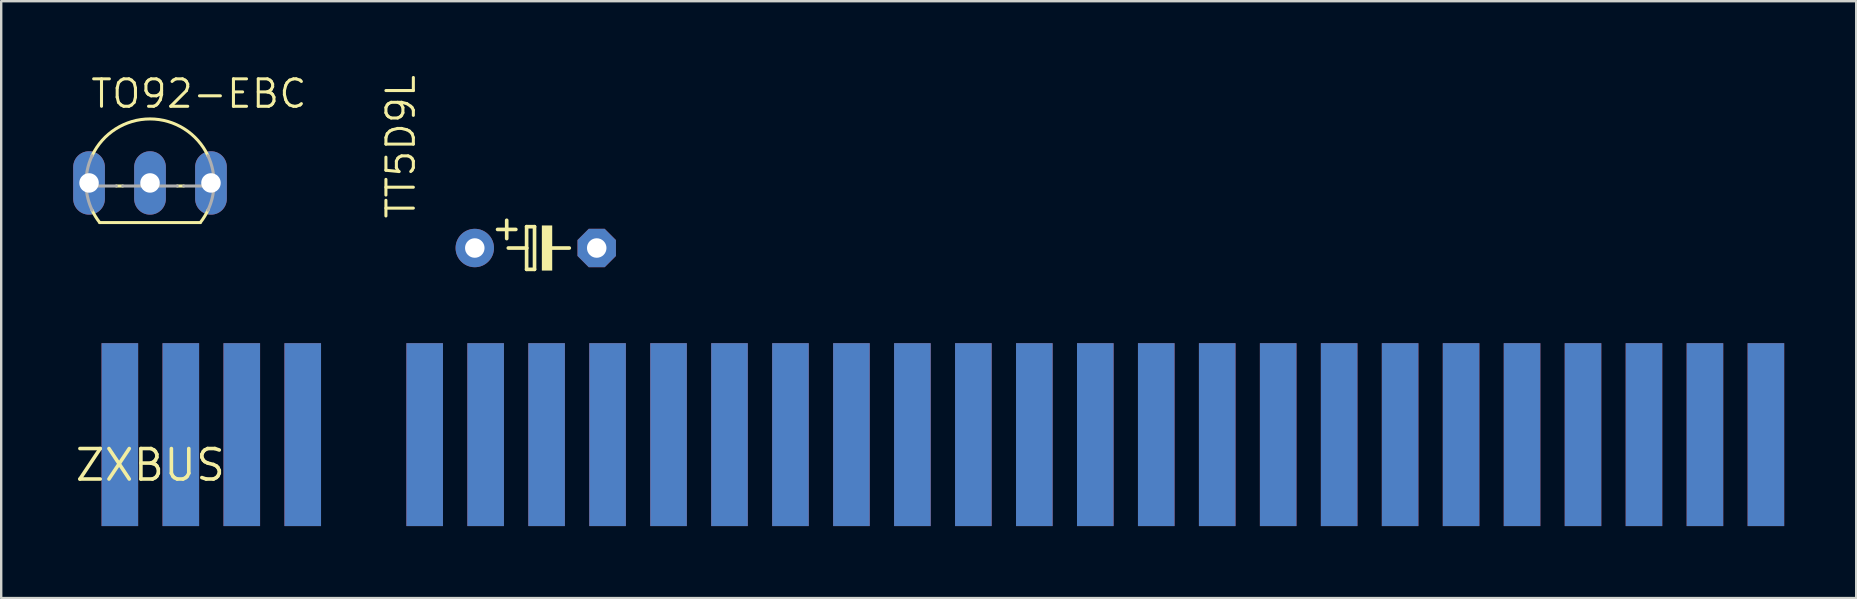
<source format=kicad_pcb>
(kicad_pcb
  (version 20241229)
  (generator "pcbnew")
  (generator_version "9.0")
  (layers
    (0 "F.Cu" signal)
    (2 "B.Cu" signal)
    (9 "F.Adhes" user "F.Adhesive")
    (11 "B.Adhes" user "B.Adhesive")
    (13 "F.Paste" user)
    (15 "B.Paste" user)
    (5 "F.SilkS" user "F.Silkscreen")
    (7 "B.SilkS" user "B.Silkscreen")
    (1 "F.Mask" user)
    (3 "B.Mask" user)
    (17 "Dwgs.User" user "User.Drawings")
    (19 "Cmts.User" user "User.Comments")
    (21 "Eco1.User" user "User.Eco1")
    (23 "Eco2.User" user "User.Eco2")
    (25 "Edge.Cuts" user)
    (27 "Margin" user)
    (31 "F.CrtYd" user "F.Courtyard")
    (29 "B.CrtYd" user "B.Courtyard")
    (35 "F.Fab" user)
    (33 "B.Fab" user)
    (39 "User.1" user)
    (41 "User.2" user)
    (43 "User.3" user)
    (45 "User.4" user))
  (footprint "ZXBUS"
    (layer "F.Cu")
    (at 3.213 16.328)
    (property "Reference" "ZXBUS" (at 0 0 0) (layer "F.SilkS") (effects (font (size 1.27 1.27) (thickness 0.15))))
    (pad "+5V" smd rect (at 3.81 -1.27 90) (size 7.62 1.524) (layers "B.Cu" "B.Mask" "B.Paste"))
    (pad "+9V" smd rect (at 6.35 -1.27 90) (size 7.62 1.524) (layers "B.Cu" "B.Mask" "B.Paste"))
    (pad "+12V" smd rect (at 52.07 -1.27 90) (size 7.62 1.524) (layers "F.Cu" "F.Mask" "F.Paste"))
    (pad "-5V" smd rect (at 46.99 -1.27 90) (size 7.62 1.524) (layers "F.Cu" "F.Mask" "F.Paste"))
    (pad "-12V" smd rect (at 54.61 -1.27 90) (size 7.62 1.524) (layers "F.Cu" "F.Mask" "F.Paste"))
    (pad "A0" smd rect (at 19.05 -1.27 90) (size 7.62 1.524) (layers "B.Cu" "B.Mask" "B.Paste"))
    (pad "A1" smd rect (at 21.59 -1.27 90) (size 7.62 1.524) (layers "B.Cu" "B.Mask" "B.Paste"))
    (pad "A2" smd rect (at 24.13 -1.27 90) (size 7.62 1.524) (layers "B.Cu" "B.Mask" "B.Paste"))
    (pad "A3" smd rect (at 26.67 -1.27 90) (size 7.62 1.524) (layers "B.Cu" "B.Mask" "B.Paste"))
    (pad "A4" smd rect (at 57.15 -1.27 90) (size 7.62 1.524) (layers "B.Cu" "B.Mask" "B.Paste"))
    (pad "A5" smd rect (at 54.61 -1.27 90) (size 7.62 1.524) (layers "B.Cu" "B.Mask" "B.Paste"))
    (pad "A6" smd rect (at 52.07 -1.27 90) (size 7.62 1.524) (layers "B.Cu" "B.Mask" "B.Paste"))
    (pad "A7" smd rect (at 49.53 -1.27 90) (size 7.62 1.524) (layers "B.Cu" "B.Mask" "B.Paste"))
    (pad "A8" smd rect (at 62.23 -1.27 90) (size 7.62 1.524) (layers "F.Cu" "F.Mask" "F.Paste"))
    (pad "A9" smd rect (at 64.77 -1.27 90) (size 7.62 1.524) (layers "B.Cu" "B.Mask" "B.Paste"))
    (pad "A10" smd rect (at 64.77 -1.27 90) (size 7.62 1.524) (layers "F.Cu" "F.Mask" "F.Paste"))
    (pad "A11" smd rect (at 67.31 -1.27 90) (size 7.62 1.524) (layers "B.Cu" "B.Mask" "B.Paste"))
    (pad "A12" smd rect (at 1.27 -1.27 90) (size 7.62 1.524) (layers "B.Cu" "B.Mask" "B.Paste"))
    (pad "A13" smd rect (at 1.27 -1.27 90) (size 7.62 1.524) (layers "F.Cu" "F.Mask" "F.Paste"))
    (pad "A14" smd rect (at -1.27 -1.27 90) (size 7.62 1.524) (layers "B.Cu" "B.Mask" "B.Paste"))
    (pad "A15" smd rect (at -1.27 -1.27 90) (size 7.62 1.524) (layers "F.Cu" "F.Mask" "F.Paste"))
    (pad "BUSACK" smd rect (at 62.23 -1.27 90) (size 7.62 1.524) (layers "B.Cu" "B.Mask" "B.Paste"))
    (pad "BUSRQ" smd rect (at 44.45 -1.27 90) (size 7.62 1.524) (layers "B.Cu" "B.Mask" "B.Paste"))
    (pad "CLK" smd rect (at 16.51 -1.27 90) (size 7.62 1.524) (layers "B.Cu" "B.Mask" "B.Paste"))
    (pad "D0" smd rect (at 11.43 -1.27 90) (size 7.62 1.524) (layers "F.Cu" "F.Mask" "F.Paste"))
    (pad "D1" smd rect (at 13.97 -1.27 90) (size 7.62 1.524) (layers "F.Cu" "F.Mask" "F.Paste"))
    (pad "D2" smd rect (at 16.51 -1.27 90) (size 7.62 1.524) (layers "F.Cu" "F.Mask" "F.Paste"))
    (pad "D3" smd rect (at 24.13 -1.27 90) (size 7.62 1.524) (layers "F.Cu" "F.Mask" "F.Paste"))
    (pad "D4" smd rect (at 26.67 -1.27 90) (size 7.62 1.524) (layers "F.Cu" "F.Mask" "F.Paste"))
    (pad "D5" smd rect (at 21.59 -1.27 90) (size 7.62 1.524) (layers "F.Cu" "F.Mask" "F.Paste"))
    (pad "D6" smd rect (at 19.05 -1.27 90) (size 7.62 1.524) (layers "F.Cu" "F.Mask" "F.Paste"))
    (pad "D7" smd rect (at 3.81 -1.27 90) (size 7.62 1.524) (layers "F.Cu" "F.Mask" "F.Paste"))
    (pad "GND" smd rect (at 31.75 -1.27 90) (size 7.62 1.524) (layers "B.Cu" "B.Mask" "B.Paste"))
    (pad "GND1" smd rect (at 11.43 -1.27 90) (size 7.62 1.524) (layers "B.Cu" "B.Mask" "B.Paste"))
    (pad "GND2" smd rect (at 13.97 -1.27 90) (size 7.62 1.524) (layers "B.Cu" "B.Mask" "B.Paste"))
    (pad "HALT" smd rect (at 34.29 -1.27 90) (size 7.62 1.524) (layers "F.Cu" "F.Mask" "F.Paste"))
    (pad "INT" smd rect (at 29.21 -1.27 90) (size 7.62 1.524) (layers "F.Cu" "F.Mask" "F.Paste"))
    (pad "IORQ" smd rect (at 39.37 -1.27 90) (size 7.62 1.524) (layers "F.Cu" "F.Mask" "F.Paste"))
    (pad "IORQGE" smd rect (at 29.21 -1.27 90) (size 7.62 1.524) (layers "B.Cu" "B.Mask" "B.Paste"))
    (pad "M1" smd rect (at 57.15 -1.27 90) (size 7.62 1.524) (layers "F.Cu" "F.Mask" "F.Paste"))
    (pad "MREQ" smd rect (at 36.83 -1.27 90) (size 7.62 1.524) (layers "F.Cu" "F.Mask" "F.Paste"))
    (pad "NMI" smd rect (at 31.75 -1.27 90) (size 7.62 1.524) (layers "F.Cu" "F.Mask" "F.Paste"))
    (pad "RD" smd rect (at 41.91 -1.27 90) (size 7.62 1.524) (layers "F.Cu" "F.Mask" "F.Paste"))
    (pad "RESET" smd rect (at 46.99 -1.27 90) (size 7.62 1.524) (layers "B.Cu" "B.Mask" "B.Paste"))
    (pad "RESET2" smd rect (at 67.31 -1.27 90) (size 7.62 1.524) (layers "F.Cu" "F.Mask" "F.Paste"))
    (pad "RFSH" smd rect (at 59.69 -1.27 90) (size 7.62 1.524) (layers "F.Cu" "F.Mask" "F.Paste"))
    (pad "ROM1OE" smd rect (at 6.35 -1.27 90) (size 7.62 1.524) (layers "F.Cu" "F.Mask" "F.Paste"))
    (pad "ROMCS" smd rect (at 59.69 -1.27 90) (size 7.62 1.524) (layers "B.Cu" "B.Mask" "B.Paste"))
    (pad "ROMOE2" smd rect (at 34.29 -1.27 90) (size 7.62 1.524) (layers "B.Cu" "B.Mask" "B.Paste"))
    (pad "U" smd rect (at 39.37 -1.27 90) (size 7.62 1.524) (layers "B.Cu" "B.Mask" "B.Paste"))
    (pad "V" smd rect (at 41.91 -1.27 90) (size 7.62 1.524) (layers "B.Cu" "B.Mask" "B.Paste"))
    (pad "WAIT" smd rect (at 49.53 -1.27 90) (size 7.62 1.524) (layers "F.Cu" "F.Mask" "F.Paste"))
    (pad "WR" smd rect (at 44.45 -1.27 90) (size 7.62 1.524) (layers "F.Cu" "F.Mask" "F.Paste"))
    (pad "Y" smd rect (at 36.83 -1.27 90) (size 7.62 1.524) (layers "B.Cu" "B.Mask" "B.Paste")))
  (footprint "TT5D9L"
    (layer "F.Cu")
    (at 19.271 7.283)
    (property "Reference" "TT5D9L" (at -4.953 -1.143 90) (layer "F.SilkS") (effects (font (size 1.143 1.143) (thickness 0.127)) (justify left bottom)))
    (fp_line (start -1.591 -0.774) (end -0.829 -0.774) (stroke (width 0.152) (type solid)) (layer "F.SilkS"))
    (fp_line (start -1.21 -1.155) (end -1.21 -0.393) (stroke (width 0.152) (type solid)) (layer "F.SilkS"))
    (fp_line (start -1.143 0) (end -0.381 0) (stroke (width 0.152) (type solid)) (layer "F.SilkS"))
    (fp_line (start -0.381 -0.889) (end -0.381 0) (stroke (width 0.152) (type solid)) (layer "F.SilkS"))
    (fp_line (start -0.381 0) (end -0.381 0.889) (stroke (width 0.152) (type solid)) (layer "F.SilkS"))
    (fp_line (start -0.381 0.889) (end -0.051 0.889) (stroke (width 0.152) (type solid)) (layer "F.SilkS"))
    (fp_line (start -0.051 -0.889) (end -0.381 -0.889) (stroke (width 0.152) (type solid)) (layer "F.SilkS"))
    (fp_line (start -0.051 0.889) (end -0.051 -0.889) (stroke (width 0.152) (type solid)) (layer "F.SilkS"))
    (fp_line (start 0.635 0) (end 1.397 0) (stroke (width 0.152) (type solid)) (layer "F.SilkS"))
    (fp_poly (pts (xy 0.254 0.94) (xy 0.686 0.94) (xy 0.686 -0.94) (xy 0.254 -0.94)) (stroke (width 0) (type default)) (fill yes) (layer "F.SilkS"))
    (pad "+" thru_hole circle (at -2.54 0) (size 1.6 1.6) (drill 0.813) (layers "*.Cu" "*.Mask"))
    (pad "-" thru_hole roundrect (at 2.54 0) (size 1.6 1.6) (drill 0.813) (layers "*.Cu" "*.Mask") (roundrect_rratio 0.25) (chamfer_ratio 0.293) (chamfer top_left top_right bottom_left bottom_right)))
  (footprint "TO92-EBC"
    (layer "F.Cu")
    (at 3.2 3.302)
    (property "Reference" "TO92-EBC" (at -2.54 -1.778 0) (layer "F.SilkS") (effects (font (size 1.143 1.143) (thickness 0.127)) (justify left bottom)))
    (fp_line (start -2.095 2.921) (end 2.095 2.921) (stroke (width 0.127) (type solid)) (layer "F.SilkS"))
    (fp_line (start -1.136 1.397) (end -1.404 1.397) (stroke (width 0.127) (type solid)) (layer "F.SilkS"))
    (fp_line (start 1.404 1.397) (end 1.136 1.397) (stroke (width 0.127) (type solid)) (layer "F.SilkS"))
    (fp_arc (start -2.413 0.1341) (mid -0.000001 -1.396986) (end 2.412999 0.134099) (stroke (width 0.127) (type solid)) (layer "F.SilkS"))
    (fp_arc (start -2.095 2.921) (mid -2.268918 2.67252) (end -2.4135 2.4059) (stroke (width 0.127) (type solid)) (layer "F.SilkS"))
    (fp_arc (start 2.4247 2.3818) (mid 2.275878 2.661201) (end 2.095 2.921) (stroke (width 0.127) (type solid)) (layer "F.SilkS"))
    (fp_line (start -1.404 1.397) (end -2.664 1.397) (stroke (width 0.127) (type solid)) (layer "F.Fab"))
    (fp_line (start 1.136 1.397) (end -1.136 1.397) (stroke (width 0.127) (type solid)) (layer "F.Fab"))
    (fp_line (start 2.664 1.397) (end 1.404 1.397) (stroke (width 0.127) (type solid)) (layer "F.Fab"))
    (fp_arc (start -2.664 1.397) (mid -2.615858 0.750175) (end -2.413 0.1341) (stroke (width 0.127) (type solid)) (layer "F.Fab"))
    (fp_arc (start -2.413 2.4059) (mid -2.588137 1.913799) (end -2.664 1.397) (stroke (width 0.127) (type solid)) (layer "F.Fab"))
    (fp_arc (start 2.413 0.1341) (mid 2.615858 0.750175) (end 2.664 1.397) (stroke (width 0.127) (type solid)) (layer "F.Fab"))
    (fp_arc (start 2.664 1.397) (mid 2.588137 1.913799) (end 2.413 2.4059) (stroke (width 0.127) (type solid)) (layer "F.Fab"))
    (pad "B" thru_hole oval (at 0 1.27 90) (size 2.642 1.321) (drill 0.813) (layers "*.Cu" "*.Mask"))
    (pad "C" thru_hole oval (at -2.54 1.27 90) (size 2.642 1.321) (drill 0.813) (layers "*.Cu" "*.Mask"))
    (pad "E" thru_hole oval (at 2.54 1.27 90) (size 2.642 1.321) (drill 0.813) (layers "*.Cu" "*.Mask")))
  (gr_rect
    (start -3 -3)
    (end 74.285 21.868)
    (stroke (width 0.1) (type default))
    (fill no)
    (layer "Edge.Cuts")))
</source>
